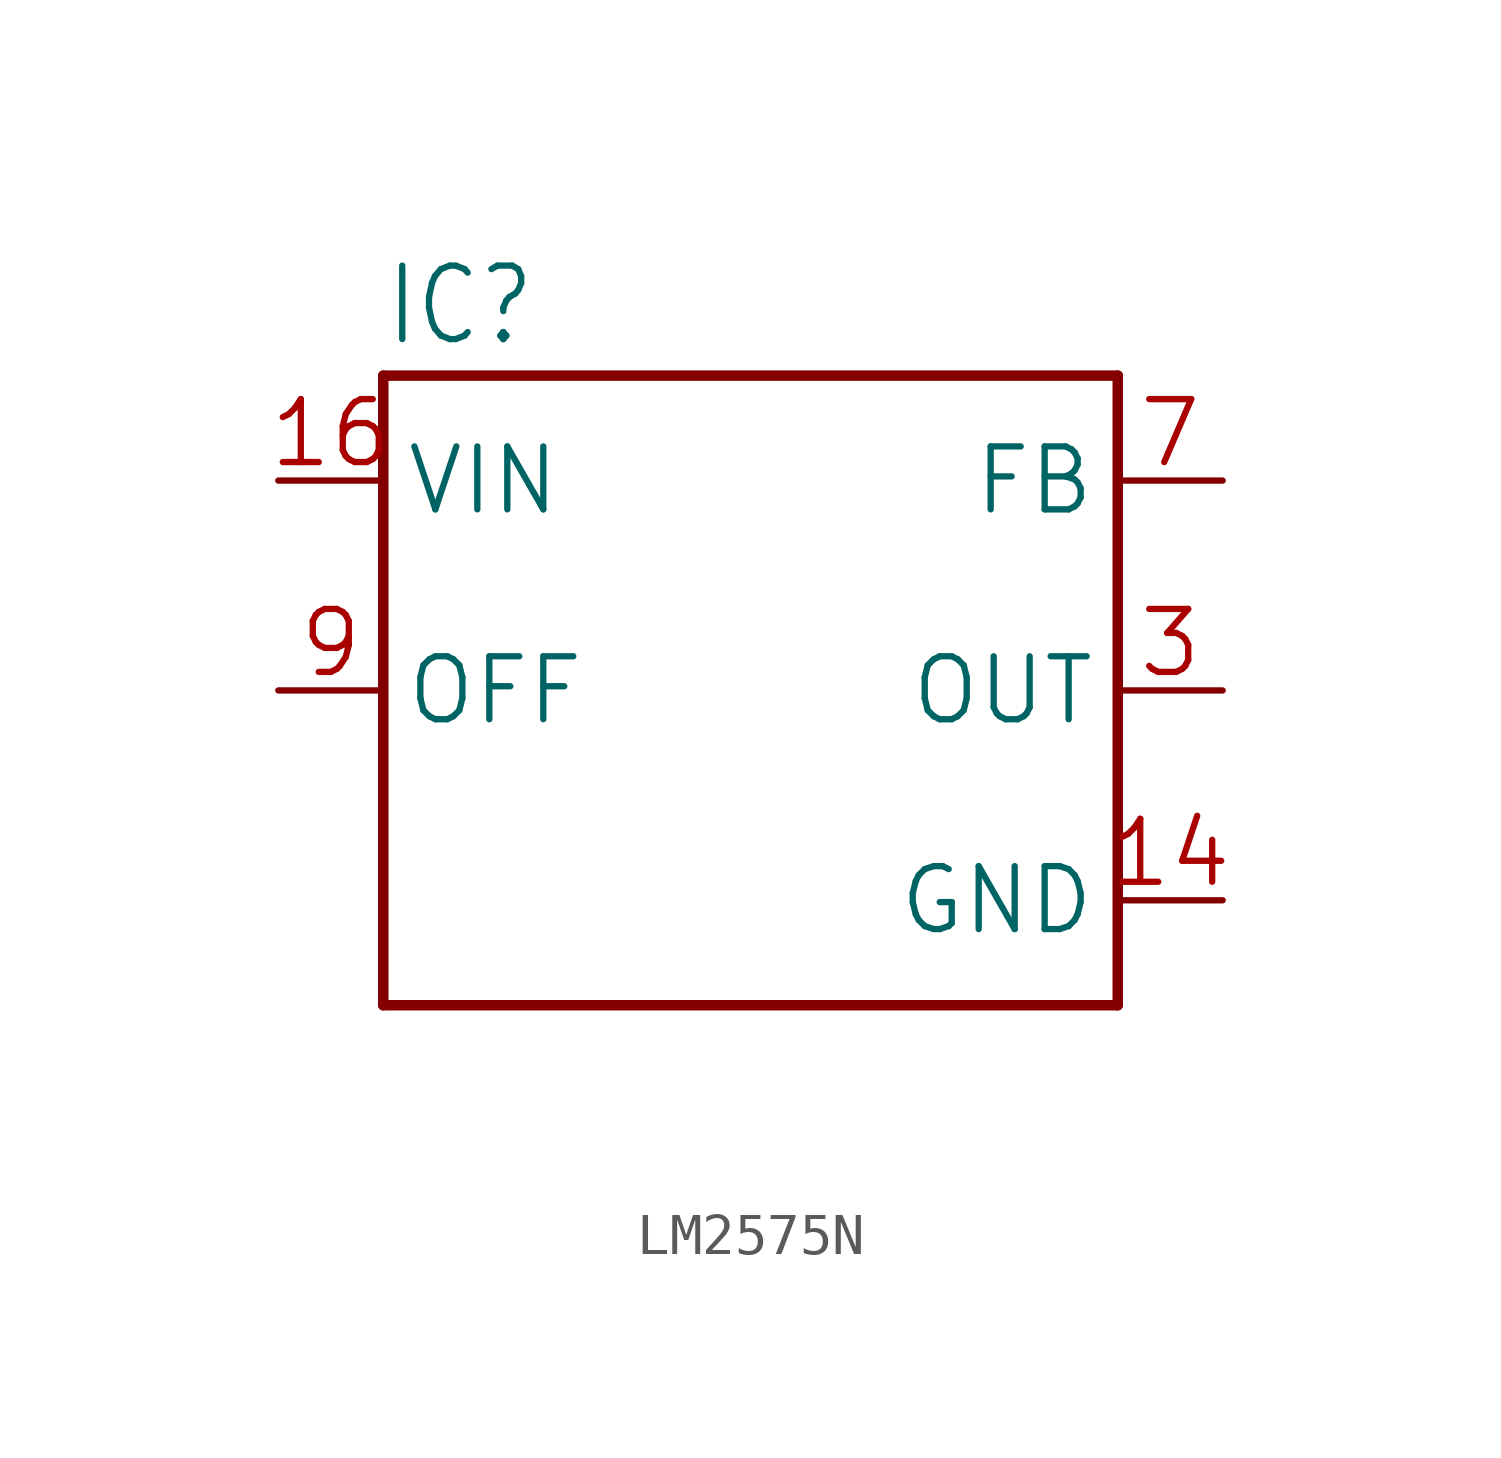
<source format=kicad_sym>
(kicad_symbol_lib
  (version 20241209)
  (generator "kicad_symbol_editor")
  (generator_version "9.0")
  (symbol "LM2575N"
    (property "Reference" "IC"
      (at -7.62 8.28 0)
      (effects (font (size 1.778 1.511)) (justify left bottom)))
    (property "Value" ""
      (at -7.62 -10.16 0)
      (effects (font (size 1.778 1.511)) (justify left bottom)))
    (property "ki_locked" ""
      (at 0 0 0)
      (effects (font (size 1.27 1.27))))
    (symbol "LM2575N_1_0"
      (polyline (pts (xy -7.62 7.62) (xy -7.62 -7.62)) (stroke (width 0.254) (type solid)) (fill (type none)))
      (polyline (pts (xy -7.62 -7.62) (xy 10.16 -7.62)) (stroke (width 0.254) (type solid)) (fill (type none)))
      (polyline (pts (xy 10.16 7.62) (xy -7.62 7.62)) (stroke (width 0.254) (type solid)) (fill (type none)))
      (polyline (pts (xy 10.16 -7.62) (xy 10.16 7.62)) (stroke (width 0.254) (type solid)) (fill (type none)))
      (pin power_in line (at -10.16 5.08 0) (length 2.54) (name "VIN" (effects (font (size 1.524 1.524)))) (number "16" (effects (font (size 1.524 1.524)))))
      (pin input line (at -10.16 0 0) (length 2.54) (name "OFF" (effects (font (size 1.524 1.524)))) (number "9" (effects (font (size 1.524 1.524)))))
      (pin input line (at 12.7 5.08 180) (length 2.54) (name "FB" (effects (font (size 1.524 1.524)))) (number "7" (effects (font (size 1.524 1.524)))))
      (pin output line (at 12.7 0 180) (length 2.54) (name "OUT" (effects (font (size 1.524 1.524)))) (number "3" (effects (font (size 1.524 1.524)))))
      (pin power_in line (at 12.7 -5.08 180) (length 2.54) (name "GND" (effects (font (size 1.524 1.524)))) (number "14" (effects (font (size 1.524 1.524))))))))
</source>
